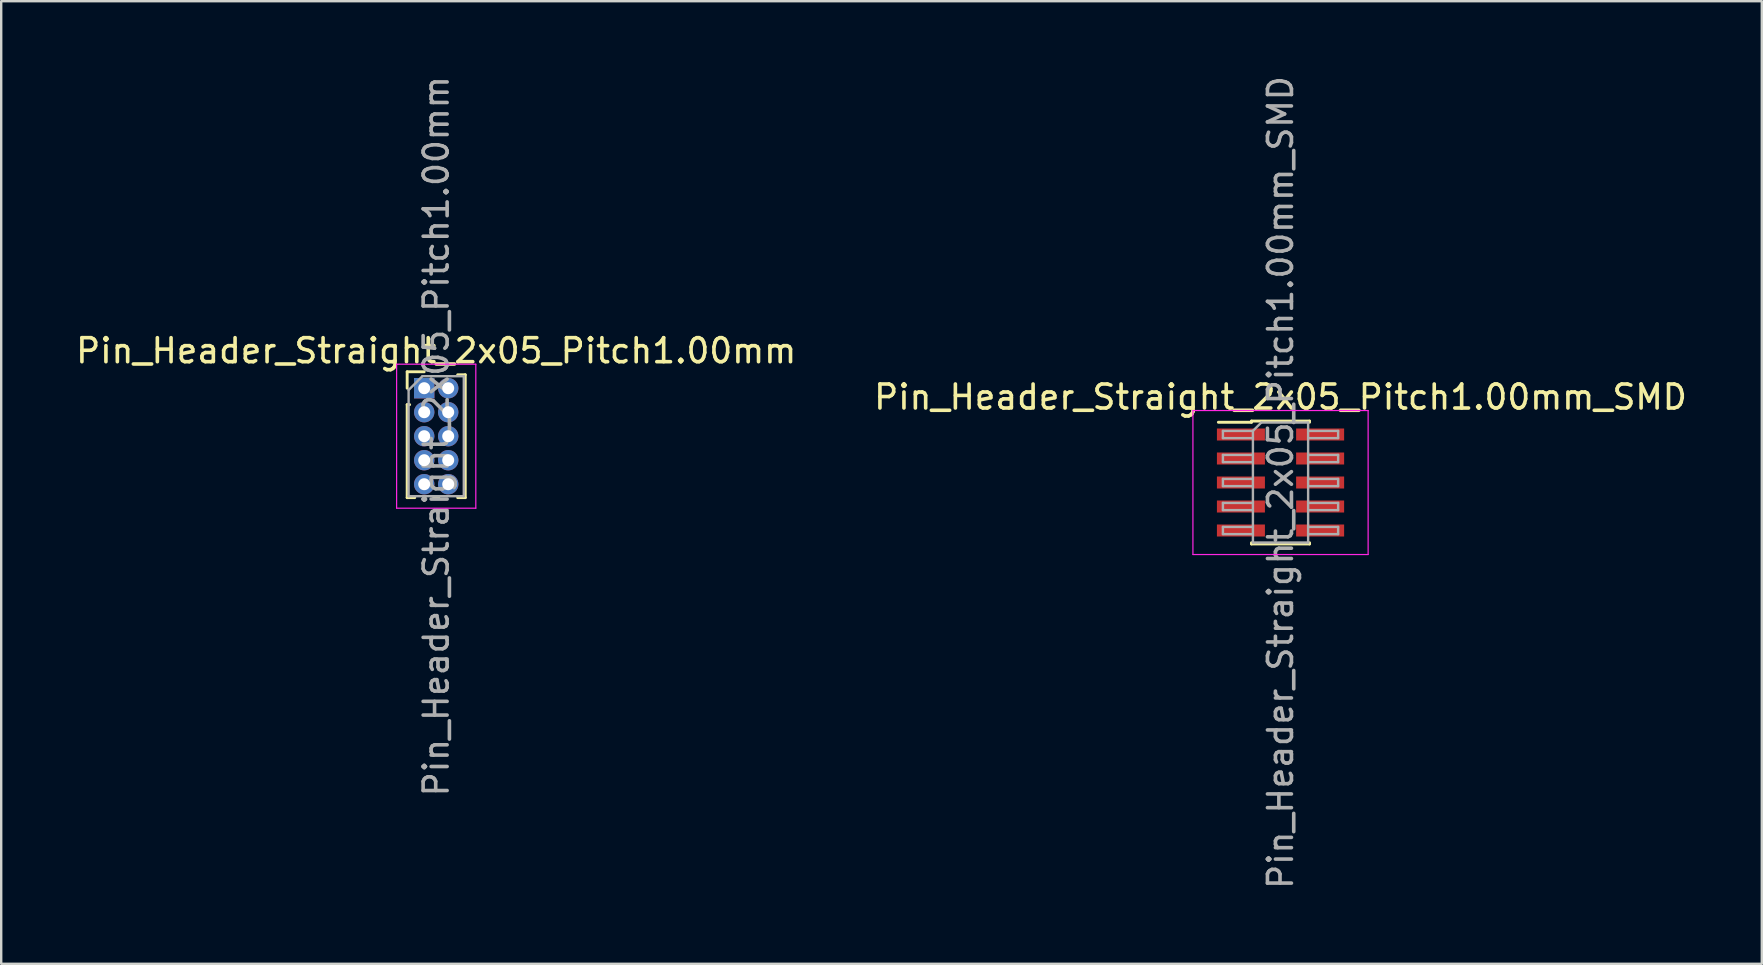
<source format=kicad_pcb>
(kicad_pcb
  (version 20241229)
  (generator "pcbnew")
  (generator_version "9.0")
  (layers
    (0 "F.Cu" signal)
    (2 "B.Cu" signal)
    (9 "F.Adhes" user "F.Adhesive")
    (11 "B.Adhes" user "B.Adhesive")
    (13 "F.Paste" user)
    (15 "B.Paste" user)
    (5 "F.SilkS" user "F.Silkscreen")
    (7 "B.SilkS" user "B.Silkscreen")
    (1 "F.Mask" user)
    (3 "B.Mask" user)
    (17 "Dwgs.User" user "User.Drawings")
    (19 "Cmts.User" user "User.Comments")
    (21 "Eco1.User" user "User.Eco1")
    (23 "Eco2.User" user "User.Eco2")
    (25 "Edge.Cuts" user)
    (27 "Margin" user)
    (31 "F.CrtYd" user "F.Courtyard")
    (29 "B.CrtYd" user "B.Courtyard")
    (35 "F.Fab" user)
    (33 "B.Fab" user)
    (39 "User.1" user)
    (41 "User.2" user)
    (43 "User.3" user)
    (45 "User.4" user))
  (footprint "Pin_Header_Straight_2x05_Pitch1.00mm"
    (layer "F.Cu")
    (at 14.625 13.125)
    (property "Reference" "Pin_Header_Straight_2x05_Pitch1.00mm" (at 0.5 -1.56 0) (layer "F.SilkS") (effects (font (size 1 1) (thickness 0.15))))
    (attr through_hole)
    (fp_line (start -0.71 -0.685) (end 0 -0.685) (stroke (width 0.12) (type solid)) (layer "F.SilkS"))
    (fp_line (start -0.71 0) (end -0.71 -0.685) (stroke (width 0.12) (type solid)) (layer "F.SilkS"))
    (fp_line (start -0.71 0.685) (end -0.71 4.56) (stroke (width 0.12) (type solid)) (layer "F.SilkS"))
    (fp_line (start -0.71 0.685) (end -0.608 0.685) (stroke (width 0.12) (type solid)) (layer "F.SilkS"))
    (fp_line (start -0.71 4.56) (end -0.394 4.56) (stroke (width 0.12) (type solid)) (layer "F.SilkS"))
    (fp_line (start 0.394 4.56) (end 0.606 4.56) (stroke (width 0.12) (type solid)) (layer "F.SilkS"))
    (fp_line (start 1.394 -0.56) (end 1.71 -0.56) (stroke (width 0.12) (type solid)) (layer "F.SilkS"))
    (fp_line (start 1.394 4.56) (end 1.71 4.56) (stroke (width 0.12) (type solid)) (layer "F.SilkS"))
    (fp_line (start 1.71 -0.56) (end 1.71 4.56) (stroke (width 0.12) (type solid)) (layer "F.SilkS"))
    (fp_line (start -1.15 -1) (end -1.15 5) (stroke (width 0.05) (type solid)) (layer "F.CrtYd"))
    (fp_line (start -1.15 5) (end 2.15 5) (stroke (width 0.05) (type solid)) (layer "F.CrtYd"))
    (fp_line (start 2.15 -1) (end -1.15 -1) (stroke (width 0.05) (type solid)) (layer "F.CrtYd"))
    (fp_line (start 2.15 5) (end 2.15 -1) (stroke (width 0.05) (type solid)) (layer "F.CrtYd"))
    (fp_line (start -0.65 0.075) (end -0.075 -0.5) (stroke (width 0.1) (type solid)) (layer "F.Fab"))
    (fp_line (start -0.65 4.5) (end -0.65 0.075) (stroke (width 0.1) (type solid)) (layer "F.Fab"))
    (fp_line (start -0.075 -0.5) (end 1.65 -0.5) (stroke (width 0.1) (type solid)) (layer "F.Fab"))
    (fp_line (start 1.65 -0.5) (end 1.65 4.5) (stroke (width 0.1) (type solid)) (layer "F.Fab"))
    (fp_line (start 1.65 4.5) (end -0.65 4.5) (stroke (width 0.1) (type solid)) (layer "F.Fab"))
    (fp_text user "${REFERENCE}" (at 0.5 2 90) (layer "F.Fab") (effects (font (size 1 1) (thickness 0.15))))
    (pad "1" thru_hole rect (at 0 0) (size 0.85 0.85) (drill 0.5) (layers "*.Cu" "*.Mask"))
    (pad "2" thru_hole oval (at 1 0) (size 0.85 0.85) (drill 0.5) (layers "*.Cu" "*.Mask"))
    (pad "3" thru_hole oval (at 0 1) (size 0.85 0.85) (drill 0.5) (layers "*.Cu" "*.Mask"))
    (pad "4" thru_hole oval (at 1 1) (size 0.85 0.85) (drill 0.5) (layers "*.Cu" "*.Mask"))
    (pad "5" thru_hole oval (at 0 2) (size 0.85 0.85) (drill 0.5) (layers "*.Cu" "*.Mask"))
    (pad "6" thru_hole oval (at 1 2) (size 0.85 0.85) (drill 0.5) (layers "*.Cu" "*.Mask"))
    (pad "7" thru_hole oval (at 0 3) (size 0.85 0.85) (drill 0.5) (layers "*.Cu" "*.Mask"))
    (pad "8" thru_hole oval (at 1 3) (size 0.85 0.85) (drill 0.5) (layers "*.Cu" "*.Mask"))
    (pad "9" thru_hole oval (at 0 4) (size 0.85 0.85) (drill 0.5) (layers "*.Cu" "*.Mask"))
    (pad "10" thru_hole oval (at 1 4) (size 0.85 0.85) (drill 0.5) (layers "*.Cu" "*.Mask")))
  (footprint "Pin_Header_Straight_2x05_Pitch1.00mm_SMD"
    (layer "F.Cu")
    (at 50.304 17.054)
    (property "Reference" "Pin_Header_Straight_2x05_Pitch1.00mm_SMD" (at 0 -3.56 0) (layer "F.SilkS") (effects (font (size 1 1) (thickness 0.15))))
    (attr smd)
    (fp_line (start -2.59 -2.51) (end -1.21 -2.51) (stroke (width 0.12) (type solid)) (layer "F.SilkS"))
    (fp_line (start -1.21 -2.56) (end -1.21 -2.51) (stroke (width 0.12) (type solid)) (layer "F.SilkS"))
    (fp_line (start -1.21 -2.56) (end 1.21 -2.56) (stroke (width 0.12) (type solid)) (layer "F.SilkS"))
    (fp_line (start -1.21 2.51) (end -1.21 2.56) (stroke (width 0.12) (type solid)) (layer "F.SilkS"))
    (fp_line (start -1.21 2.56) (end 1.21 2.56) (stroke (width 0.12) (type solid)) (layer "F.SilkS"))
    (fp_line (start 1.21 -2.56) (end 1.21 -2.51) (stroke (width 0.12) (type solid)) (layer "F.SilkS"))
    (fp_line (start 1.21 2.51) (end 1.21 2.56) (stroke (width 0.12) (type solid)) (layer "F.SilkS"))
    (fp_line (start -3.65 -3) (end -3.65 3) (stroke (width 0.05) (type solid)) (layer "F.CrtYd"))
    (fp_line (start -3.65 3) (end 3.65 3) (stroke (width 0.05) (type solid)) (layer "F.CrtYd"))
    (fp_line (start 3.65 -3) (end -3.65 -3) (stroke (width 0.05) (type solid)) (layer "F.CrtYd"))
    (fp_line (start 3.65 3) (end 3.65 -3) (stroke (width 0.05) (type solid)) (layer "F.CrtYd"))
    (fp_line (start -2.4 -2.15) (end -2.4 -1.85) (stroke (width 0.1) (type solid)) (layer "F.Fab"))
    (fp_line (start -2.4 -1.85) (end -1.15 -1.85) (stroke (width 0.1) (type solid)) (layer "F.Fab"))
    (fp_line (start -2.4 -1.15) (end -2.4 -0.85) (stroke (width 0.1) (type solid)) (layer "F.Fab"))
    (fp_line (start -2.4 -0.85) (end -1.15 -0.85) (stroke (width 0.1) (type solid)) (layer "F.Fab"))
    (fp_line (start -2.4 -0.15) (end -2.4 0.15) (stroke (width 0.1) (type solid)) (layer "F.Fab"))
    (fp_line (start -2.4 0.15) (end -1.15 0.15) (stroke (width 0.1) (type solid)) (layer "F.Fab"))
    (fp_line (start -2.4 0.85) (end -2.4 1.15) (stroke (width 0.1) (type solid)) (layer "F.Fab"))
    (fp_line (start -2.4 1.15) (end -1.15 1.15) (stroke (width 0.1) (type solid)) (layer "F.Fab"))
    (fp_line (start -2.4 1.85) (end -2.4 2.15) (stroke (width 0.1) (type solid)) (layer "F.Fab"))
    (fp_line (start -2.4 2.15) (end -1.15 2.15) (stroke (width 0.1) (type solid)) (layer "F.Fab"))
    (fp_line (start -1.15 -2.15) (end -2.4 -2.15) (stroke (width 0.1) (type solid)) (layer "F.Fab"))
    (fp_line (start -1.15 -2.15) (end -0.8 -2.5) (stroke (width 0.1) (type solid)) (layer "F.Fab"))
    (fp_line (start -1.15 -1.15) (end -2.4 -1.15) (stroke (width 0.1) (type solid)) (layer "F.Fab"))
    (fp_line (start -1.15 -0.15) (end -2.4 -0.15) (stroke (width 0.1) (type solid)) (layer "F.Fab"))
    (fp_line (start -1.15 0.85) (end -2.4 0.85) (stroke (width 0.1) (type solid)) (layer "F.Fab"))
    (fp_line (start -1.15 1.85) (end -2.4 1.85) (stroke (width 0.1) (type solid)) (layer "F.Fab"))
    (fp_line (start -1.15 2.5) (end -1.15 -2.15) (stroke (width 0.1) (type solid)) (layer "F.Fab"))
    (fp_line (start -0.8 -2.5) (end 1.15 -2.5) (stroke (width 0.1) (type solid)) (layer "F.Fab"))
    (fp_line (start 1.15 -2.5) (end 1.15 2.5) (stroke (width 0.1) (type solid)) (layer "F.Fab"))
    (fp_line (start 1.15 -2.15) (end 2.4 -2.15) (stroke (width 0.1) (type solid)) (layer "F.Fab"))
    (fp_line (start 1.15 -1.15) (end 2.4 -1.15) (stroke (width 0.1) (type solid)) (layer "F.Fab"))
    (fp_line (start 1.15 -0.15) (end 2.4 -0.15) (stroke (width 0.1) (type solid)) (layer "F.Fab"))
    (fp_line (start 1.15 0.85) (end 2.4 0.85) (stroke (width 0.1) (type solid)) (layer "F.Fab"))
    (fp_line (start 1.15 1.85) (end 2.4 1.85) (stroke (width 0.1) (type solid)) (layer "F.Fab"))
    (fp_line (start 1.15 2.5) (end -1.15 2.5) (stroke (width 0.1) (type solid)) (layer "F.Fab"))
    (fp_line (start 2.4 -2.15) (end 2.4 -1.85) (stroke (width 0.1) (type solid)) (layer "F.Fab"))
    (fp_line (start 2.4 -1.85) (end 1.15 -1.85) (stroke (width 0.1) (type solid)) (layer "F.Fab"))
    (fp_line (start 2.4 -1.15) (end 2.4 -0.85) (stroke (width 0.1) (type solid)) (layer "F.Fab"))
    (fp_line (start 2.4 -0.85) (end 1.15 -0.85) (stroke (width 0.1) (type solid)) (layer "F.Fab"))
    (fp_line (start 2.4 -0.15) (end 2.4 0.15) (stroke (width 0.1) (type solid)) (layer "F.Fab"))
    (fp_line (start 2.4 0.15) (end 1.15 0.15) (stroke (width 0.1) (type solid)) (layer "F.Fab"))
    (fp_line (start 2.4 0.85) (end 2.4 1.15) (stroke (width 0.1) (type solid)) (layer "F.Fab"))
    (fp_line (start 2.4 1.15) (end 1.15 1.15) (stroke (width 0.1) (type solid)) (layer "F.Fab"))
    (fp_line (start 2.4 1.85) (end 2.4 2.15) (stroke (width 0.1) (type solid)) (layer "F.Fab"))
    (fp_line (start 2.4 2.15) (end 1.15 2.15) (stroke (width 0.1) (type solid)) (layer "F.Fab"))
    (fp_text user "${REFERENCE}" (at 0 0 90) (layer "F.Fab") (effects (font (size 1 1) (thickness 0.15))))
    (pad "1" smd rect (at -1.65 -2) (size 2 0.5) (layers "F.Cu" "F.Mask" "F.Paste"))
    (pad "2" smd rect (at 1.65 -2) (size 2 0.5) (layers "F.Cu" "F.Mask" "F.Paste"))
    (pad "3" smd rect (at -1.65 -1) (size 2 0.5) (layers "F.Cu" "F.Mask" "F.Paste"))
    (pad "4" smd rect (at 1.65 -1) (size 2 0.5) (layers "F.Cu" "F.Mask" "F.Paste"))
    (pad "5" smd rect (at -1.65 0) (size 2 0.5) (layers "F.Cu" "F.Mask" "F.Paste"))
    (pad "6" smd rect (at 1.65 0) (size 2 0.5) (layers "F.Cu" "F.Mask" "F.Paste"))
    (pad "7" smd rect (at -1.65 1) (size 2 0.5) (layers "F.Cu" "F.Mask" "F.Paste"))
    (pad "8" smd rect (at 1.65 1) (size 2 0.5) (layers "F.Cu" "F.Mask" "F.Paste"))
    (pad "9" smd rect (at -1.65 2) (size 2 0.5) (layers "F.Cu" "F.Mask" "F.Paste"))
    (pad "10" smd rect (at 1.65 2) (size 2 0.5) (layers "F.Cu" "F.Mask" "F.Paste")))
  (gr_rect
    (start -3 -3)
    (end 70.357 37.107)
    (stroke (width 0.1) (type default))
    (fill no)
    (layer "Edge.Cuts")))
</source>
